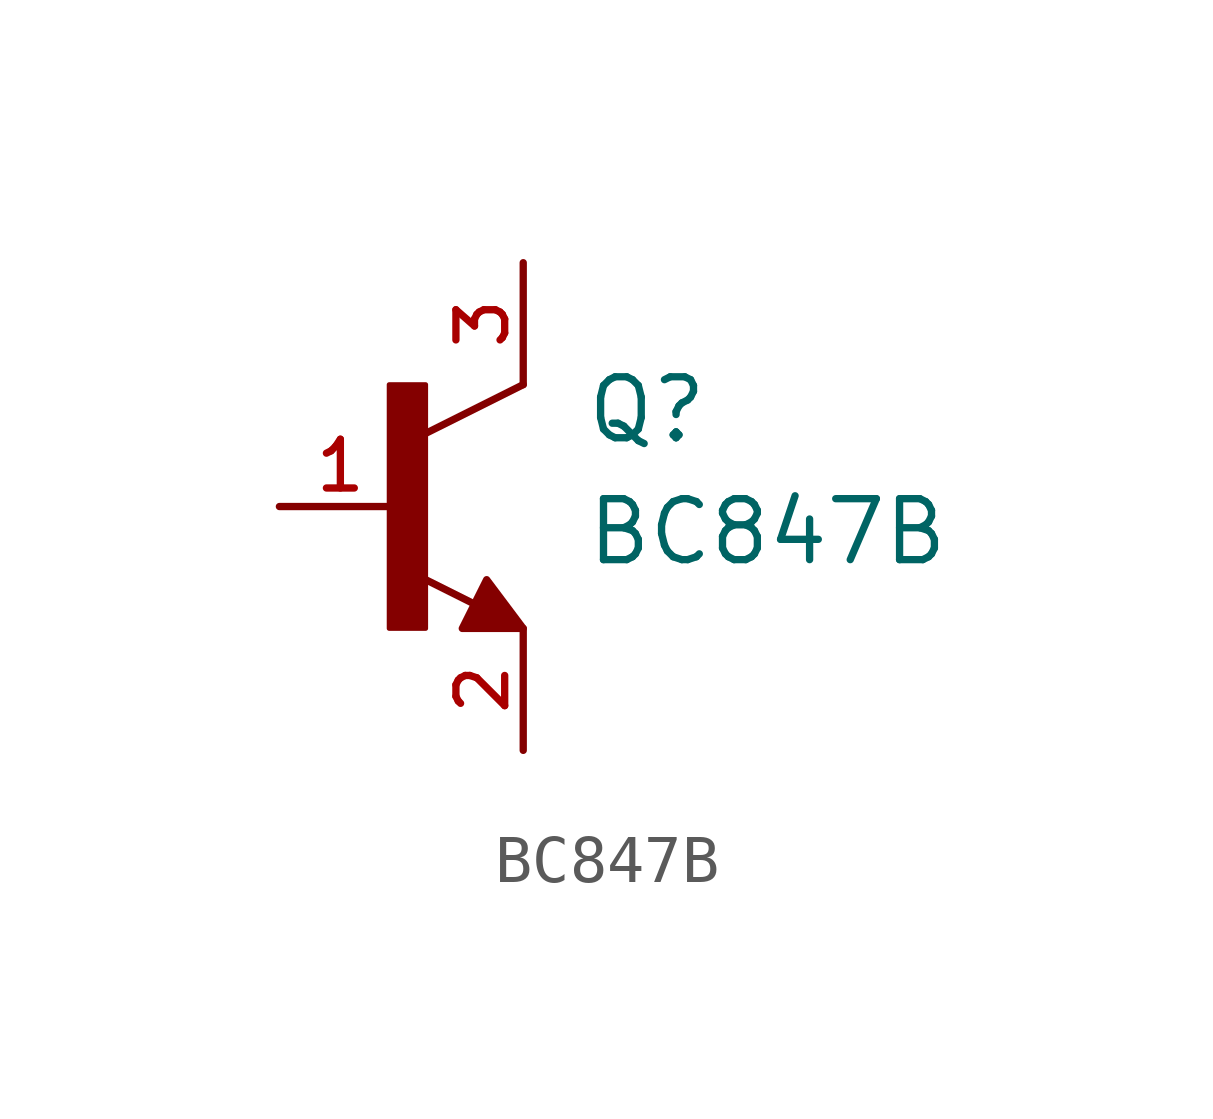
<source format=kicad_sym>
(kicad_symbol_lib
  (version 20211014)
  (generator kicad_symbol_editor)
  (symbol "BC847B"
    (pin_names
      (offset 1.016))
    (property "Reference" "Q"
      (at 3.81 1.27 0)
      (effects (font (size 1.27 1.27)) (justify bottom left)))
    (property "Value" "BC847B"
      (at 3.81 -1.27 0)
      (effects (font (size 1.27 1.27)) (justify bottom left)))
    (symbol "BC847B_0_0"
      (polyline (pts (xy 2.54 2.54) (xy 0.508 1.524)) (stroke (width 0.152)))
      (polyline (pts (xy 1.54 -2.04) (xy 0.308 -1.424)) (stroke (width 0.152)))
      (rectangle (start -0.254 -2.54) (end 0.508 2.54) (stroke (width 0.1)) (fill (type outline)))
      (polyline (pts (xy 1.27 -2.54) (xy 1.778 -1.524) (xy 2.54 -2.54) (xy 1.27 -2.54)) (stroke (width 0.152)) (fill (type outline)))
      (pin passive line (at -2.54 0.0 0) (length 2.54) (name "~" (effects (font (size 1.016 1.016)))) (number "1" (effects (font (size 1.016 1.016)))))
      (pin passive line (at 2.54 -5.08 90.0) (length 2.54) (name "~" (effects (font (size 1.016 1.016)))) (number "2" (effects (font (size 1.016 1.016)))))
      (pin passive line (at 2.54 5.08 270.0) (length 2.54) (name "~" (effects (font (size 1.016 1.016)))) (number "3" (effects (font (size 1.016 1.016))))))))
</source>
